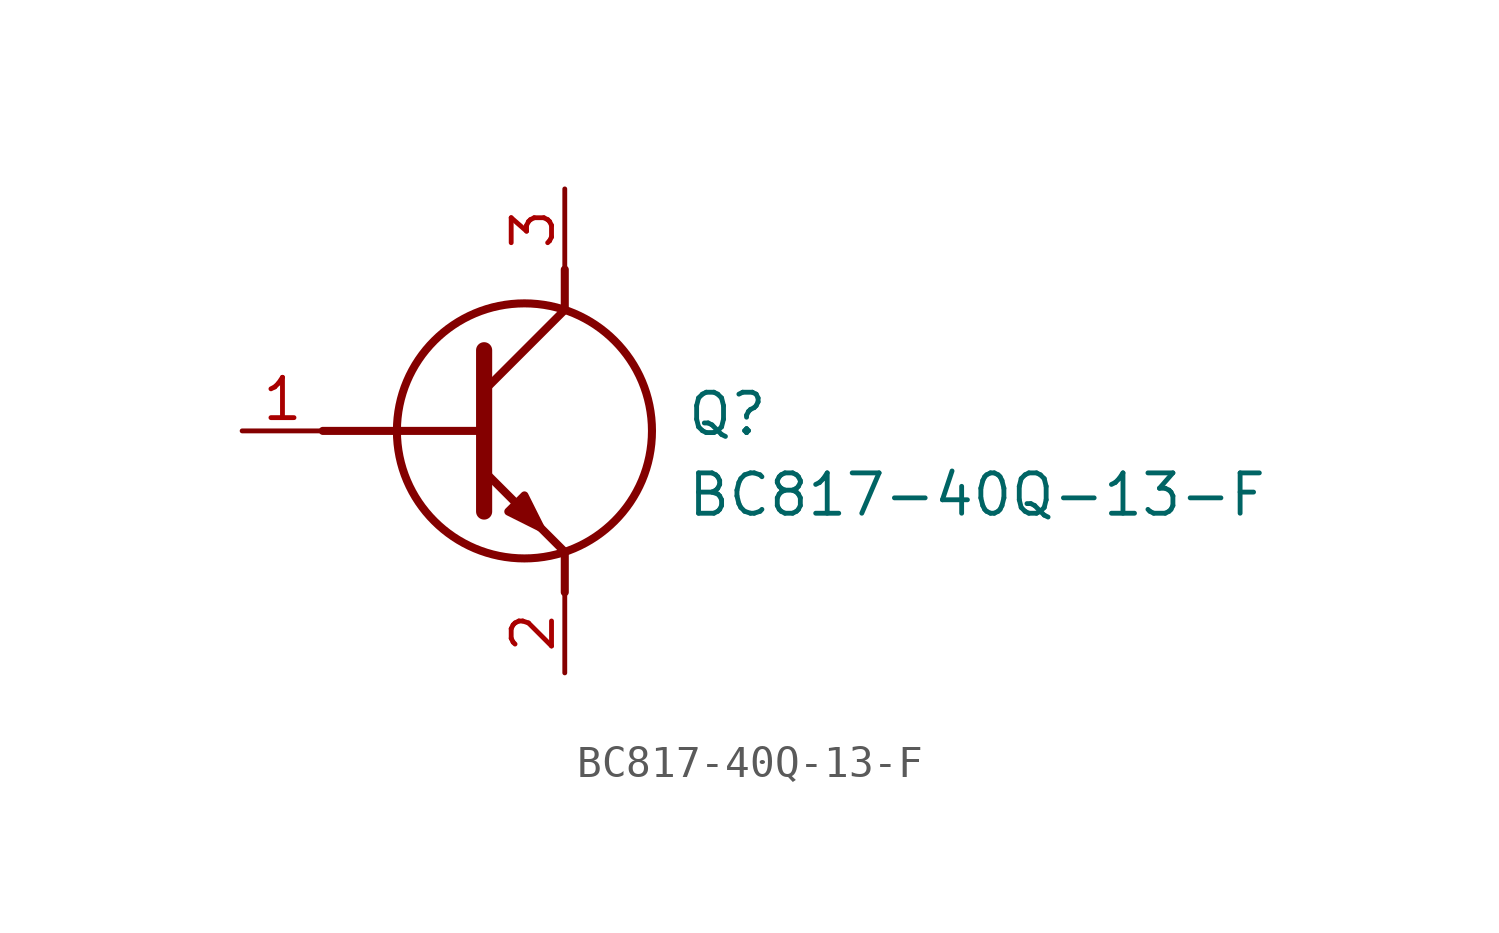
<source format=kicad_sym>
(kicad_symbol_lib
  (version 20211014)
  (generator SamacSys_ECAD_Model)
  (symbol "BC817-40Q-13-F"
    (pin_names hide)
    (property "Reference" "Q"
      (at 13.97 1.27 0)
      (effects (font (size 1.27 1.27)) (justify left top)))
    (property "Value" "BC817-40Q-13-F"
      (at 13.97 -1.27 0)
      (effects (font (size 1.27 1.27)) (justify left top)))
    (polyline
      (pts (xy 7.62 2.54) (xy 7.62 -2.54))
      (stroke (width 0.508) (type default))
      (fill (type none)))
    (polyline
      (pts (xy 7.62 1.27) (xy 10.16 3.81))
      (stroke (width 0.254) (type default))
      (fill (type none)))
    (polyline
      (pts (xy 7.62 -1.27) (xy 10.16 -3.81))
      (stroke (width 0.254) (type default))
      (fill (type none)))
    (polyline
      (pts (xy 10.16 -3.81) (xy 10.16 -5.08))
      (stroke (width 0.254) (type default))
      (fill (type none)))
    (polyline
      (pts (xy 10.16 3.81) (xy 10.16 5.08))
      (stroke (width 0.254) (type default))
      (fill (type none)))
    (polyline
      (pts (xy 2.54 0) (xy 7.62 0))
      (stroke (width 0.254) (type default))
      (fill (type none)))
    (circle
      (center 8.89 0)
      (radius 4.016)
      (stroke (width 0.254) (type default))
      (fill (type none)))
    (polyline
      (pts (xy 8.382 -2.54) (xy 8.89 -2.032) (xy 9.398 -3.048) (xy 8.382 -2.54))
      (stroke (width 0.254) (type default))
      (fill (type outline)))
    (pin passive line
      (at 0 0 0)
      (length 2.54)
      (name "B" (effects (font (size 1.27 1.27))))
      (number "1" (effects (font (size 1.27 1.27)))))
    (pin passive line
      (at 10.16 -7.62 90)
      (length 2.54)
      (name "E" (effects (font (size 1.27 1.27))))
      (number "2" (effects (font (size 1.27 1.27)))))
    (pin passive line
      (at 10.16 7.62 270)
      (length 2.54)
      (name "C" (effects (font (size 1.27 1.27))))
      (number "3" (effects (font (size 1.27 1.27)))))))
</source>
